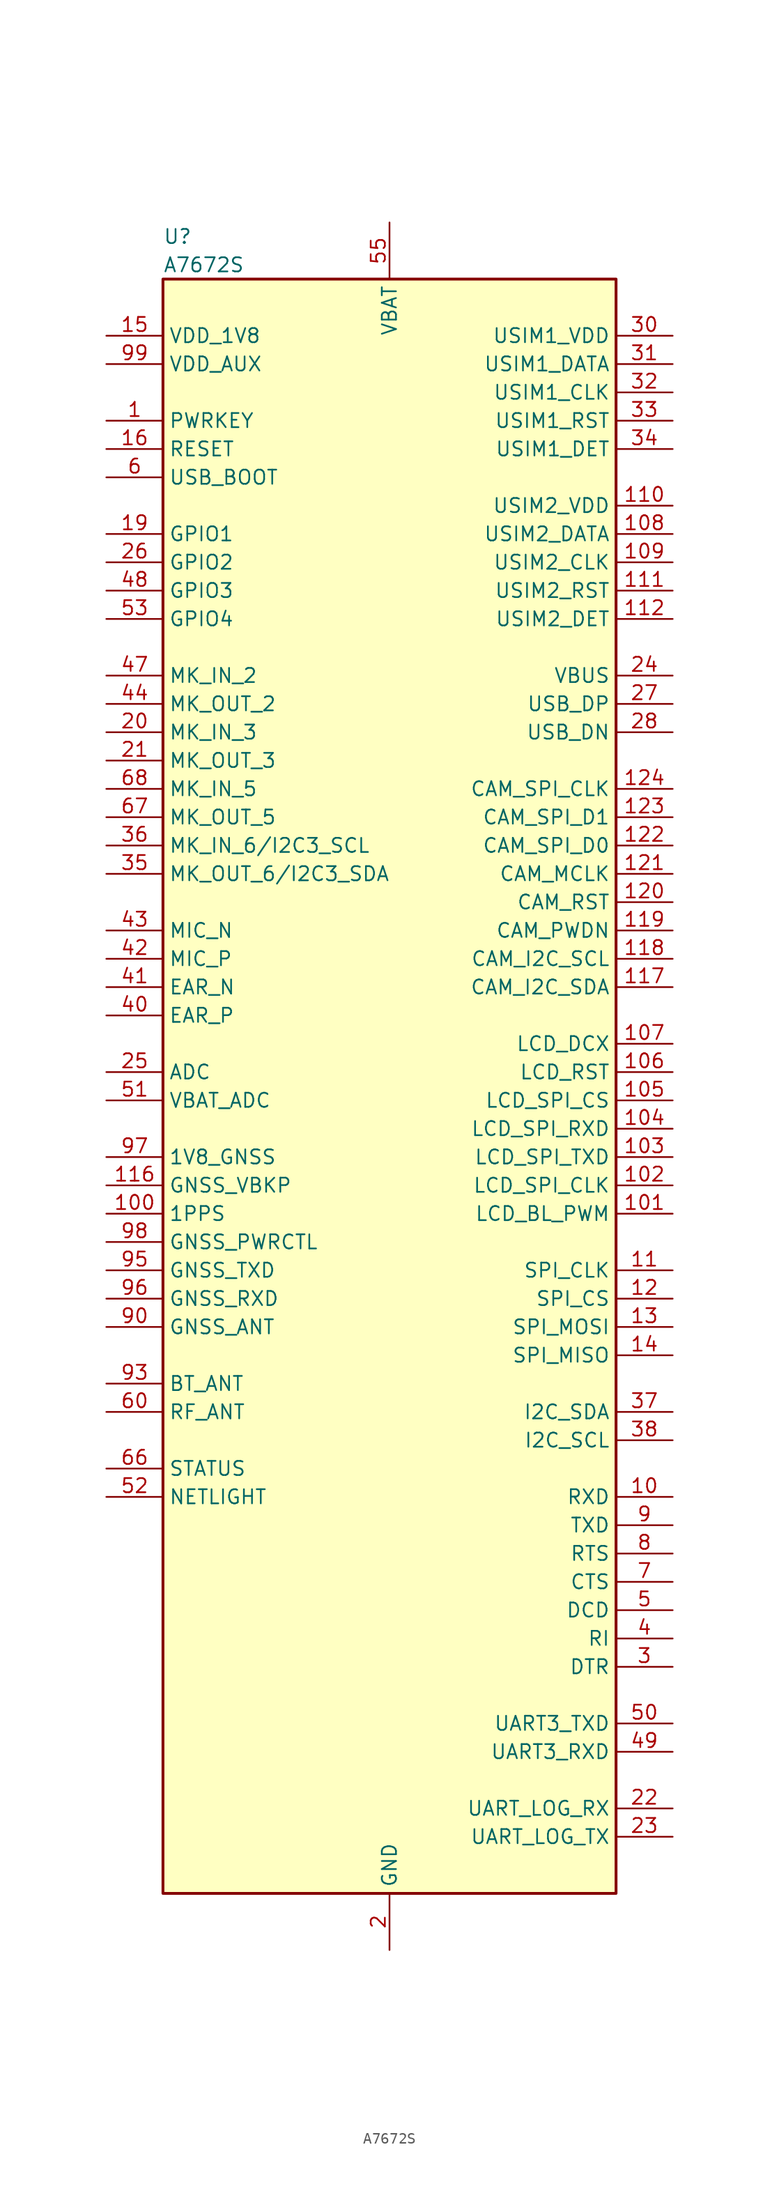
<source format=kicad_sym>
(kicad_symbol_lib
  (version 20220914)
  (generator kicad_symbol_editor)
  (symbol "A7672S"
    (property "Reference" "U"
      (at -20.32 77.47 0)
      (effects (font (size 1.27 1.27)) (justify left)))
    (property "Value" "A7672S"
      (at -20.32 74.93 0)
      (effects (font (size 1.27 1.27)) (justify left)))
    (symbol "A7672S_0_0"
      (pin input line (at -25.4 60.96 0) (length 5.08) (name "PWRKEY" (effects (font (size 1.27 1.27)))) (number "1" (effects (font (size 1.27 1.27)))))
      (pin input line (at 25.4 -35.56 180) (length 5.08) (name "RXD" (effects (font (size 1.27 1.27)))) (number "10" (effects (font (size 1.27 1.27)))))
      (pin bidirectional line (at 25.4 -15.24 180) (length 5.08) (name "SPI_CLK" (effects (font (size 1.27 1.27)))) (number "11" (effects (font (size 1.27 1.27)))))
      (pin bidirectional line (at 25.4 -17.78 180) (length 5.08) (name "SPI_CS" (effects (font (size 1.27 1.27)))) (number "12" (effects (font (size 1.27 1.27)))))
      (pin output line (at 25.4 -20.32 180) (length 5.08) (name "SPI_MOSI" (effects (font (size 1.27 1.27)))) (number "13" (effects (font (size 1.27 1.27)))))
      (pin input line (at 25.4 -22.86 180) (length 5.08) (name "SPI_MISO" (effects (font (size 1.27 1.27)))) (number "14" (effects (font (size 1.27 1.27)))))
      (pin power_out line (at -25.4 68.58 0) (length 5.08) (name "VDD_1V8" (effects (font (size 1.27 1.27)))) (number "15" (effects (font (size 1.27 1.27)))))
      (pin bidirectional line (at -25.4 50.8 0) (length 5.08) (name "GPIO1" (effects (font (size 1.27 1.27)))) (number "19" (effects (font (size 1.27 1.27)))))
      (pin input line (at -25.4 33.02 0) (length 5.08) (name "MK_IN_3" (effects (font (size 1.27 1.27)))) (number "20" (effects (font (size 1.27 1.27)))))
      (pin output line (at -25.4 30.48 0) (length 5.08) (name "MK_OUT_3" (effects (font (size 1.27 1.27)))) (number "21" (effects (font (size 1.27 1.27)))))
      (pin input line (at 25.4 -63.5 180) (length 5.08) (name "UART_LOG_RX" (effects (font (size 1.27 1.27)))) (number "22" (effects (font (size 1.27 1.27)))))
      (pin output line (at 25.4 -66.04 180) (length 5.08) (name "UART_LOG_TX" (effects (font (size 1.27 1.27)))) (number "23" (effects (font (size 1.27 1.27)))))
      (pin input line (at 25.4 38.1 180) (length 5.08) (name "VBUS" (effects (font (size 1.27 1.27)))) (number "24" (effects (font (size 1.27 1.27)))))
      (pin input line (at -25.4 2.54 0) (length 5.08) (name "ADC" (effects (font (size 1.27 1.27)))) (number "25" (effects (font (size 1.27 1.27)))))
      (pin bidirectional line (at -25.4 48.26 0) (length 5.08) (name "GPIO2" (effects (font (size 1.27 1.27)))) (number "26" (effects (font (size 1.27 1.27)))))
      (pin bidirectional line (at 25.4 35.56 180) (length 5.08) (name "USB_DP" (effects (font (size 1.27 1.27)))) (number "27" (effects (font (size 1.27 1.27)))))
      (pin input line (at 25.4 -50.8 180) (length 5.08) (name "DTR" (effects (font (size 1.27 1.27)))) (number "3" (effects (font (size 1.27 1.27)))))
      (pin input line (at 25.4 58.42 180) (length 5.08) (name "USIM1_DET" (effects (font (size 1.27 1.27)))) (number "34" (effects (font (size 1.27 1.27)))))
      (pin output line (at -25.4 20.32 0) (length 5.08) (name "MK_OUT_6/I2C3_SDA" (effects (font (size 1.27 1.27)))) (number "35" (effects (font (size 1.27 1.27)))))
      (pin input line (at -25.4 22.86 0) (length 5.08) (name "MK_IN_6/I2C3_SCL" (effects (font (size 1.27 1.27)))) (number "36" (effects (font (size 1.27 1.27)))))
      (pin bidirectional line (at 25.4 -27.94 180) (length 5.08) (name "I2C_SDA" (effects (font (size 1.27 1.27)))) (number "37" (effects (font (size 1.27 1.27)))))
      (pin output line (at 25.4 -48.26 180) (length 5.08) (name "RI" (effects (font (size 1.27 1.27)))) (number "4" (effects (font (size 1.27 1.27)))))
      (pin bidirectional line (at -25.4 7.62 0) (length 5.08) (name "EAR_P" (effects (font (size 1.27 1.27)))) (number "40" (effects (font (size 1.27 1.27)))))
      (pin bidirectional line (at -25.4 10.16 0) (length 5.08) (name "EAR_N" (effects (font (size 1.27 1.27)))) (number "41" (effects (font (size 1.27 1.27)))))
      (pin bidirectional line (at -25.4 12.7 0) (length 5.08) (name "MIC_P" (effects (font (size 1.27 1.27)))) (number "42" (effects (font (size 1.27 1.27)))))
      (pin bidirectional line (at -25.4 15.24 0) (length 5.08) (name "MIC_N" (effects (font (size 1.27 1.27)))) (number "43" (effects (font (size 1.27 1.27)))))
      (pin input line (at -25.4 38.1 0) (length 5.08) (name "MK_IN_2" (effects (font (size 1.27 1.27)))) (number "47" (effects (font (size 1.27 1.27)))))
      (pin bidirectional line (at -25.4 45.72 0) (length 5.08) (name "GPIO3" (effects (font (size 1.27 1.27)))) (number "48" (effects (font (size 1.27 1.27)))))
      (pin input line (at 25.4 -58.42 180) (length 5.08) (name "UART3_RXD" (effects (font (size 1.27 1.27)))) (number "49" (effects (font (size 1.27 1.27)))))
      (pin output line (at 25.4 -45.72 180) (length 5.08) (name "DCD" (effects (font (size 1.27 1.27)))) (number "5" (effects (font (size 1.27 1.27)))))
      (pin output line (at 25.4 -55.88 180) (length 5.08) (name "UART3_TXD" (effects (font (size 1.27 1.27)))) (number "50" (effects (font (size 1.27 1.27)))))
      (pin input line (at -25.4 0 0) (length 5.08) (name "VBAT_ADC" (effects (font (size 1.27 1.27)))) (number "51" (effects (font (size 1.27 1.27)))))
      (pin power_in line (at 0 78.74 270) (length 5.08) (name "VBAT" (effects (font (size 1.27 1.27)))) (number "55" (effects (font (size 1.27 1.27)))))
      (pin power_in line (at 0 78.74 270) (length 5.08) hide (name "VBAT" (effects (font (size 1.27 1.27)))) (number "56" (effects (font (size 1.27 1.27)))))
      (pin input line (at -25.4 55.88 0) (length 5.08) (name "USB_BOOT" (effects (font (size 1.27 1.27)))) (number "6" (effects (font (size 1.27 1.27)))))
      (pin output line (at -25.4 -33.02 0) (length 5.08) (name "STATUS" (effects (font (size 1.27 1.27)))) (number "66" (effects (font (size 1.27 1.27)))))
      (pin output line (at -25.4 25.4 0) (length 5.08) (name "MK_OUT_5" (effects (font (size 1.27 1.27)))) (number "67" (effects (font (size 1.27 1.27)))))
      (pin output line (at 25.4 -43.18 180) (length 5.08) (name "CTS" (effects (font (size 1.27 1.27)))) (number "7" (effects (font (size 1.27 1.27)))))
      (pin input line (at 25.4 -40.64 180) (length 5.08) (name "RTS" (effects (font (size 1.27 1.27)))) (number "8" (effects (font (size 1.27 1.27)))))
      (pin output line (at 25.4 -38.1 180) (length 5.08) (name "TXD" (effects (font (size 1.27 1.27)))) (number "9" (effects (font (size 1.27 1.27))))))
    (symbol "A7672S_1_0"
      (rectangle (start -20.32 73.66) (end 20.32 -71.12) (stroke (width 0.254) (type default)) (fill (type background)))
      (pin output line (at -25.4 -10.16 0) (length 5.08) (name "1PPS" (effects (font (size 1.27 1.27)))) (number "100" (effects (font (size 1.27 1.27)))))
      (pin output line (at 25.4 -10.16 180) (length 5.08) (name "LCD_BL_PWM" (effects (font (size 1.27 1.27)))) (number "101" (effects (font (size 1.27 1.27)))))
      (pin output line (at 25.4 -7.62 180) (length 5.08) (name "LCD_SPI_CLK" (effects (font (size 1.27 1.27)))) (number "102" (effects (font (size 1.27 1.27)))))
      (pin output line (at 25.4 -5.08 180) (length 5.08) (name "LCD_SPI_TXD" (effects (font (size 1.27 1.27)))) (number "103" (effects (font (size 1.27 1.27)))))
      (pin input line (at 25.4 -2.54 180) (length 5.08) (name "LCD_SPI_RXD" (effects (font (size 1.27 1.27)))) (number "104" (effects (font (size 1.27 1.27)))))
      (pin output line (at 25.4 0 180) (length 5.08) (name "LCD_SPI_CS" (effects (font (size 1.27 1.27)))) (number "105" (effects (font (size 1.27 1.27)))))
      (pin output line (at 25.4 2.54 180) (length 5.08) (name "LCD_RST" (effects (font (size 1.27 1.27)))) (number "106" (effects (font (size 1.27 1.27)))))
      (pin output line (at 25.4 5.08 180) (length 5.08) (name "LCD_DCX" (effects (font (size 1.27 1.27)))) (number "107" (effects (font (size 1.27 1.27)))))
      (pin bidirectional line (at 25.4 50.8 180) (length 5.08) (name "USIM2_DATA" (effects (font (size 1.27 1.27)))) (number "108" (effects (font (size 1.27 1.27)))))
      (pin bidirectional line (at 25.4 48.26 180) (length 5.08) (name "USIM2_CLK" (effects (font (size 1.27 1.27)))) (number "109" (effects (font (size 1.27 1.27)))))
      (pin power_in line (at 25.4 53.34 180) (length 5.08) (name "USIM2_VDD" (effects (font (size 1.27 1.27)))) (number "110" (effects (font (size 1.27 1.27)))))
      (pin bidirectional line (at 25.4 45.72 180) (length 5.08) (name "USIM2_RST" (effects (font (size 1.27 1.27)))) (number "111" (effects (font (size 1.27 1.27)))))
      (pin input line (at 25.4 43.18 180) (length 5.08) (name "USIM2_DET" (effects (font (size 1.27 1.27)))) (number "112" (effects (font (size 1.27 1.27)))))
      (pin no_connect line (at 0 1.27 180) (length 5.08) hide (name "NC" (effects (font (size 1.27 1.27)))) (number "113" (effects (font (size 1.27 1.27)))))
      (pin no_connect line (at 0 0 180) (length 5.08) hide (name "NC" (effects (font (size 1.27 1.27)))) (number "114" (effects (font (size 1.27 1.27)))))
      (pin no_connect line (at 0 -1.27 180) (length 5.08) hide (name "NC" (effects (font (size 1.27 1.27)))) (number "115" (effects (font (size 1.27 1.27)))))
      (pin power_in line (at -25.4 -7.62 0) (length 5.08) (name "GNSS_VBKP" (effects (font (size 1.27 1.27)))) (number "116" (effects (font (size 1.27 1.27)))))
      (pin bidirectional line (at 25.4 10.16 180) (length 5.08) (name "CAM_I2C_SDA" (effects (font (size 1.27 1.27)))) (number "117" (effects (font (size 1.27 1.27)))))
      (pin output line (at 25.4 12.7 180) (length 5.08) (name "CAM_I2C_SCL" (effects (font (size 1.27 1.27)))) (number "118" (effects (font (size 1.27 1.27)))))
      (pin output line (at 25.4 15.24 180) (length 5.08) (name "CAM_PWDN" (effects (font (size 1.27 1.27)))) (number "119" (effects (font (size 1.27 1.27)))))
      (pin output line (at 25.4 17.78 180) (length 5.08) (name "CAM_RST" (effects (font (size 1.27 1.27)))) (number "120" (effects (font (size 1.27 1.27)))))
      (pin output line (at 25.4 20.32 180) (length 5.08) (name "CAM_MCLK" (effects (font (size 1.27 1.27)))) (number "121" (effects (font (size 1.27 1.27)))))
      (pin input line (at 25.4 22.86 180) (length 5.08) (name "CAM_SPI_D0" (effects (font (size 1.27 1.27)))) (number "122" (effects (font (size 1.27 1.27)))))
      (pin input line (at 25.4 25.4 180) (length 5.08) (name "CAM_SPI_D1" (effects (font (size 1.27 1.27)))) (number "123" (effects (font (size 1.27 1.27)))))
      (pin output line (at 25.4 27.94 180) (length 5.08) (name "CAM_SPI_CLK" (effects (font (size 1.27 1.27)))) (number "124" (effects (font (size 1.27 1.27)))))
      (pin input line (at -25.4 58.42 0) (length 5.08) (name "RESET" (effects (font (size 1.27 1.27)))) (number "16" (effects (font (size 1.27 1.27)))))
      (pin power_in line (at 0 -76.2 90) (length 5.08) hide (name "GND" (effects (font (size 1.27 1.27)))) (number "17" (effects (font (size 1.27 1.27)))))
      (pin power_in line (at 0 -76.2 90) (length 5.08) hide (name "GND" (effects (font (size 1.27 1.27)))) (number "18" (effects (font (size 1.27 1.27)))))
      (pin power_in line (at 0 -76.2 90) (length 5.08) (name "GND" (effects (font (size 1.27 1.27)))) (number "2" (effects (font (size 1.27 1.27)))))
      (pin bidirectional line (at 25.4 33.02 180) (length 5.08) (name "USB_DN" (effects (font (size 1.27 1.27)))) (number "28" (effects (font (size 1.27 1.27)))))
      (pin power_in line (at 0 -76.2 90) (length 5.08) hide (name "GND" (effects (font (size 1.27 1.27)))) (number "29" (effects (font (size 1.27 1.27)))))
      (pin power_out line (at 25.4 68.58 180) (length 5.08) (name "USIM1_VDD" (effects (font (size 1.27 1.27)))) (number "30" (effects (font (size 1.27 1.27)))))
      (pin bidirectional line (at 25.4 66.04 180) (length 5.08) (name "USIM1_DATA" (effects (font (size 1.27 1.27)))) (number "31" (effects (font (size 1.27 1.27)))))
      (pin bidirectional line (at 25.4 63.5 180) (length 5.08) (name "USIM1_CLK" (effects (font (size 1.27 1.27)))) (number "32" (effects (font (size 1.27 1.27)))))
      (pin bidirectional line (at 25.4 60.96 180) (length 5.08) (name "USIM1_RST" (effects (font (size 1.27 1.27)))) (number "33" (effects (font (size 1.27 1.27)))))
      (pin output line (at 25.4 -30.48 180) (length 5.08) (name "I2C_SCL" (effects (font (size 1.27 1.27)))) (number "38" (effects (font (size 1.27 1.27)))))
      (pin power_in line (at 0 -76.2 90) (length 5.08) hide (name "GND" (effects (font (size 1.27 1.27)))) (number "39" (effects (font (size 1.27 1.27)))))
      (pin output line (at -25.4 35.56 0) (length 5.08) (name "MK_OUT_2" (effects (font (size 1.27 1.27)))) (number "44" (effects (font (size 1.27 1.27)))))
      (pin power_in line (at 0 -76.2 90) (length 5.08) hide (name "GND" (effects (font (size 1.27 1.27)))) (number "45" (effects (font (size 1.27 1.27)))))
      (pin power_in line (at 0 -76.2 90) (length 5.08) hide (name "GND" (effects (font (size 1.27 1.27)))) (number "46" (effects (font (size 1.27 1.27)))))
      (pin output line (at -25.4 -35.56 0) (length 5.08) (name "NETLIGHT" (effects (font (size 1.27 1.27)))) (number "52" (effects (font (size 1.27 1.27)))))
      (pin bidirectional line (at -25.4 43.18 0) (length 5.08) (name "GPIO4" (effects (font (size 1.27 1.27)))) (number "53" (effects (font (size 1.27 1.27)))))
      (pin power_in line (at 0 -76.2 90) (length 5.08) hide (name "GND" (effects (font (size 1.27 1.27)))) (number "54" (effects (font (size 1.27 1.27)))))
      (pin power_in line (at 0 78.74 270) (length 5.08) hide (name "VBAT" (effects (font (size 1.27 1.27)))) (number "57" (effects (font (size 1.27 1.27)))))
      (pin power_in line (at 0 -76.2 90) (length 5.08) hide (name "GND" (effects (font (size 1.27 1.27)))) (number "58" (effects (font (size 1.27 1.27)))))
      (pin power_in line (at 0 -76.2 90) (length 5.08) hide (name "GND" (effects (font (size 1.27 1.27)))) (number "59" (effects (font (size 1.27 1.27)))))
      (pin bidirectional line (at -25.4 -27.94 0) (length 5.08) (name "RF_ANT" (effects (font (size 1.27 1.27)))) (number "60" (effects (font (size 1.27 1.27)))))
      (pin power_in line (at 0 -76.2 90) (length 5.08) hide (name "GND" (effects (font (size 1.27 1.27)))) (number "61" (effects (font (size 1.27 1.27)))))
      (pin power_in line (at 0 -76.2 90) (length 5.08) hide (name "GND" (effects (font (size 1.27 1.27)))) (number "62" (effects (font (size 1.27 1.27)))))
      (pin power_in line (at 0 -76.2 90) (length 5.08) hide (name "GND" (effects (font (size 1.27 1.27)))) (number "63" (effects (font (size 1.27 1.27)))))
      (pin power_in line (at 0 -76.2 90) (length 5.08) hide (name "GND" (effects (font (size 1.27 1.27)))) (number "64" (effects (font (size 1.27 1.27)))))
      (pin power_in line (at 0 -76.2 90) (length 5.08) hide (name "GND" (effects (font (size 1.27 1.27)))) (number "65" (effects (font (size 1.27 1.27)))))
      (pin input line (at -25.4 27.94 0) (length 5.08) (name "MK_IN_5" (effects (font (size 1.27 1.27)))) (number "68" (effects (font (size 1.27 1.27)))))
      (pin power_in line (at 0 -76.2 90) (length 5.08) hide (name "GND" (effects (font (size 1.27 1.27)))) (number "69" (effects (font (size 1.27 1.27)))))
      (pin power_in line (at 0 -76.2 90) (length 5.08) hide (name "GND" (effects (font (size 1.27 1.27)))) (number "70" (effects (font (size 1.27 1.27)))))
      (pin power_in line (at 0 -76.2 90) (length 5.08) hide (name "GND" (effects (font (size 1.27 1.27)))) (number "71" (effects (font (size 1.27 1.27)))))
      (pin power_in line (at 0 -76.2 90) (length 5.08) hide (name "GND" (effects (font (size 1.27 1.27)))) (number "72" (effects (font (size 1.27 1.27)))))
      (pin power_in line (at 0 -76.2 90) (length 5.08) hide (name "GND" (effects (font (size 1.27 1.27)))) (number "73" (effects (font (size 1.27 1.27)))))
      (pin power_in line (at 0 -76.2 90) (length 5.08) hide (name "GND" (effects (font (size 1.27 1.27)))) (number "74" (effects (font (size 1.27 1.27)))))
      (pin power_in line (at 0 -76.2 90) (length 5.08) hide (name "GND" (effects (font (size 1.27 1.27)))) (number "75" (effects (font (size 1.27 1.27)))))
      (pin power_in line (at 0 -76.2 90) (length 5.08) hide (name "GND" (effects (font (size 1.27 1.27)))) (number "76" (effects (font (size 1.27 1.27)))))
      (pin power_in line (at 0 -76.2 90) (length 5.08) hide (name "GND" (effects (font (size 1.27 1.27)))) (number "77" (effects (font (size 1.27 1.27)))))
      (pin power_in line (at 0 -76.2 90) (length 5.08) hide (name "GND" (effects (font (size 1.27 1.27)))) (number "78" (effects (font (size 1.27 1.27)))))
      (pin power_in line (at 0 -76.2 90) (length 5.08) hide (name "GND" (effects (font (size 1.27 1.27)))) (number "79" (effects (font (size 1.27 1.27)))))
      (pin power_in line (at 0 -76.2 90) (length 5.08) hide (name "GND" (effects (font (size 1.27 1.27)))) (number "80" (effects (font (size 1.27 1.27)))))
      (pin power_in line (at 0 -76.2 90) (length 5.08) hide (name "GND" (effects (font (size 1.27 1.27)))) (number "81" (effects (font (size 1.27 1.27)))))
      (pin power_in line (at 0 -76.2 90) (length 5.08) hide (name "GND" (effects (font (size 1.27 1.27)))) (number "82" (effects (font (size 1.27 1.27)))))
      (pin power_in line (at 0 -76.2 90) (length 5.08) hide (name "GND" (effects (font (size 1.27 1.27)))) (number "83" (effects (font (size 1.27 1.27)))))
      (pin power_in line (at 0 -76.2 90) (length 5.08) hide (name "GND" (effects (font (size 1.27 1.27)))) (number "84" (effects (font (size 1.27 1.27)))))
      (pin power_in line (at 0 -76.2 90) (length 5.08) hide (name "GND" (effects (font (size 1.27 1.27)))) (number "85" (effects (font (size 1.27 1.27)))))
      (pin power_in line (at 0 -76.2 90) (length 5.08) hide (name "GND" (effects (font (size 1.27 1.27)))) (number "86" (effects (font (size 1.27 1.27)))))
      (pin power_in line (at 0 -76.2 90) (length 5.08) hide (name "GND" (effects (font (size 1.27 1.27)))) (number "87" (effects (font (size 1.27 1.27)))))
      (pin power_in line (at 0 -76.2 90) (length 5.08) hide (name "GND" (effects (font (size 1.27 1.27)))) (number "88" (effects (font (size 1.27 1.27)))))
      (pin power_in line (at 0 -76.2 90) (length 5.08) hide (name "GND" (effects (font (size 1.27 1.27)))) (number "89" (effects (font (size 1.27 1.27)))))
      (pin bidirectional line (at -25.4 -20.32 0) (length 5.08) (name "GNSS_ANT" (effects (font (size 1.27 1.27)))) (number "90" (effects (font (size 1.27 1.27)))))
      (pin power_in line (at 0 -76.2 90) (length 5.08) hide (name "GND" (effects (font (size 1.27 1.27)))) (number "91" (effects (font (size 1.27 1.27)))))
      (pin power_in line (at 0 -76.2 90) (length 5.08) hide (name "GND" (effects (font (size 1.27 1.27)))) (number "92" (effects (font (size 1.27 1.27)))))
      (pin bidirectional line (at -25.4 -25.4 0) (length 5.08) (name "BT_ANT" (effects (font (size 1.27 1.27)))) (number "93" (effects (font (size 1.27 1.27)))))
      (pin power_in line (at 0 -76.2 90) (length 5.08) hide (name "GND" (effects (font (size 1.27 1.27)))) (number "94" (effects (font (size 1.27 1.27)))))
      (pin output line (at -25.4 -15.24 0) (length 5.08) (name "GNSS_TXD" (effects (font (size 1.27 1.27)))) (number "95" (effects (font (size 1.27 1.27)))))
      (pin input line (at -25.4 -17.78 0) (length 5.08) (name "GNSS_RXD" (effects (font (size 1.27 1.27)))) (number "96" (effects (font (size 1.27 1.27)))))
      (pin power_in line (at -25.4 -5.08 0) (length 5.08) (name "1V8_GNSS" (effects (font (size 1.27 1.27)))) (number "97" (effects (font (size 1.27 1.27)))))
      (pin input line (at -25.4 -12.7 0) (length 5.08) (name "GNSS_PWRCTL" (effects (font (size 1.27 1.27)))) (number "98" (effects (font (size 1.27 1.27)))))
      (pin power_out line (at -25.4 66.04 0) (length 5.08) (name "VDD_AUX" (effects (font (size 1.27 1.27)))) (number "99" (effects (font (size 1.27 1.27))))))))
</source>
